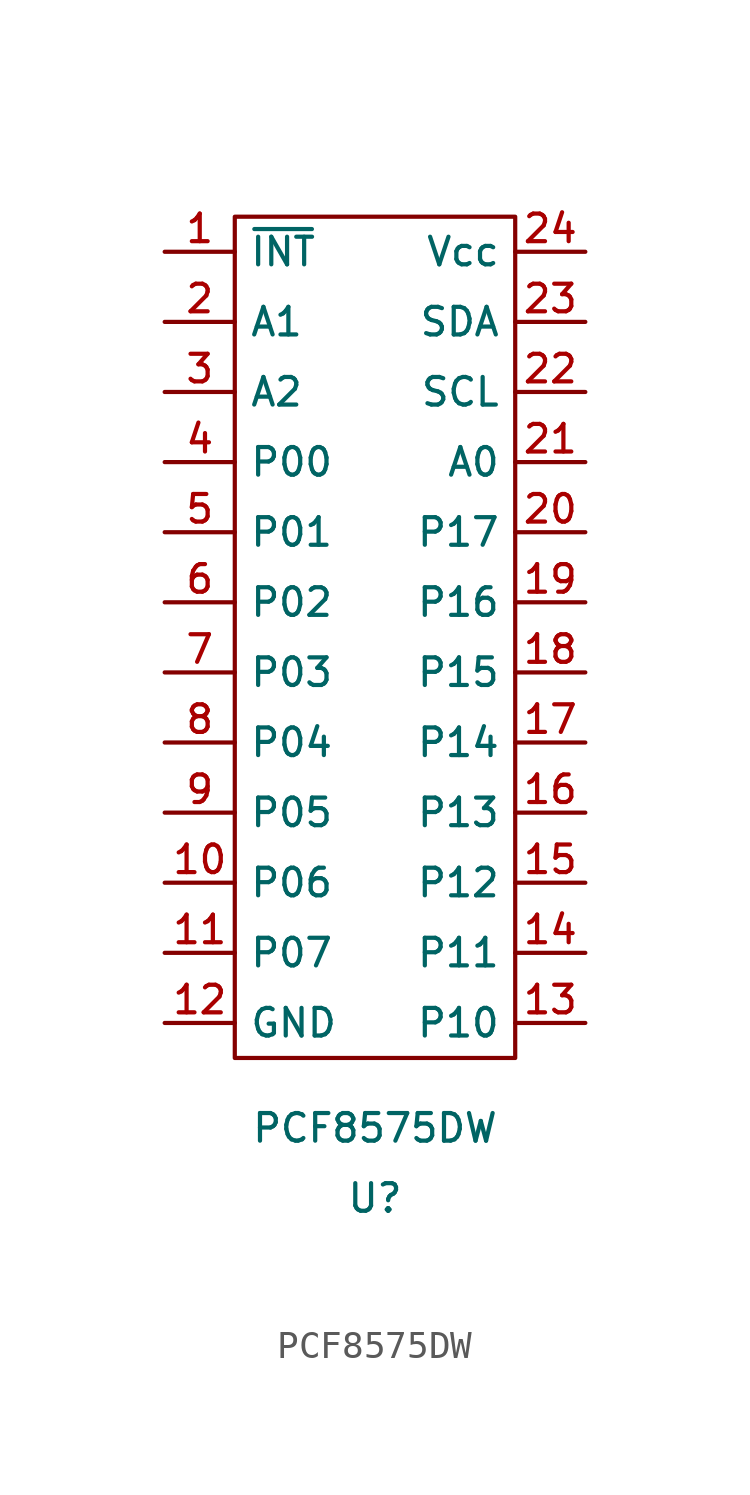
<source format=kicad_sym>
(kicad_symbol_lib
  (version 20211014)
  (generator kicad_symbol_editor)
  (symbol "PCF8575DW"
    (property "Reference" "U"
      (at 0 -20.32 0)
      (effects (font (size 1 1))))
    (property "Value" "PCF8575DW"
      (at 0 -17.78 0)
      (effects (font (size 1 1))))
    (symbol "PCF8575DW_0_1"
      (rectangle (start -5.08 15.24) (end 5.08 -15.24) (stroke (width 0.152) (type default) (color 0 0 0 0)) (fill (type none))))
    (symbol "PCF8575DW_1_1"
      (pin output line (at -7.62 13.97 0) (length 2.54) (name "~{INT}" (effects (font (size 1 1)))) (number "1" (effects (font (size 1 1)))))
      (pin bidirectional line (at -7.62 -8.89 0) (length 2.54) (name "P06" (effects (font (size 1 1)))) (number "10" (effects (font (size 1 1)))))
      (pin bidirectional line (at -7.62 -11.43 0) (length 2.54) (name "P07" (effects (font (size 1 1)))) (number "11" (effects (font (size 1 1)))))
      (pin power_in line (at -7.62 -13.97 0) (length 2.54) (name "GND" (effects (font (size 1 1)))) (number "12" (effects (font (size 1 1)))))
      (pin bidirectional line (at 7.62 -13.97 180) (length 2.54) (name "P10" (effects (font (size 1 1)))) (number "13" (effects (font (size 1 1)))))
      (pin bidirectional line (at 7.62 -11.43 180) (length 2.54) (name "P11" (effects (font (size 1 1)))) (number "14" (effects (font (size 1 1)))))
      (pin bidirectional line (at 7.62 -8.89 180) (length 2.54) (name "P12" (effects (font (size 1 1)))) (number "15" (effects (font (size 1 1)))))
      (pin bidirectional line (at 7.62 -6.35 180) (length 2.54) (name "P13" (effects (font (size 1 1)))) (number "16" (effects (font (size 1 1)))))
      (pin bidirectional line (at 7.62 -3.81 180) (length 2.54) (name "P14" (effects (font (size 1 1)))) (number "17" (effects (font (size 1 1)))))
      (pin bidirectional line (at 7.62 -1.27 180) (length 2.54) (name "P15" (effects (font (size 1 1)))) (number "18" (effects (font (size 1 1)))))
      (pin bidirectional line (at 7.62 1.27 180) (length 2.54) (name "P16" (effects (font (size 1 1)))) (number "19" (effects (font (size 1 1)))))
      (pin input line (at -7.62 11.43 0) (length 2.54) (name "A1" (effects (font (size 1 1)))) (number "2" (effects (font (size 1 1)))))
      (pin bidirectional line (at 7.62 3.81 180) (length 2.54) (name "P17" (effects (font (size 1 1)))) (number "20" (effects (font (size 1 1)))))
      (pin input line (at 7.62 6.35 180) (length 2.54) (name "A0" (effects (font (size 1 1)))) (number "21" (effects (font (size 1 1)))))
      (pin bidirectional line (at 7.62 8.89 180) (length 2.54) (name "SCL" (effects (font (size 1 1)))) (number "22" (effects (font (size 1 1)))))
      (pin bidirectional line (at 7.62 11.43 180) (length 2.54) (name "SDA" (effects (font (size 1 1)))) (number "23" (effects (font (size 1 1)))))
      (pin power_in line (at 7.62 13.97 180) (length 2.54) (name "Vcc" (effects (font (size 1 1)))) (number "24" (effects (font (size 1 1)))))
      (pin input line (at -7.62 8.89 0) (length 2.54) (name "A2" (effects (font (size 1 1)))) (number "3" (effects (font (size 1 1)))))
      (pin bidirectional line (at -7.62 6.35 0) (length 2.54) (name "P00" (effects (font (size 1 1)))) (number "4" (effects (font (size 1 1)))))
      (pin bidirectional line (at -7.62 3.81 0) (length 2.54) (name "P01" (effects (font (size 1 1)))) (number "5" (effects (font (size 1 1)))))
      (pin bidirectional line (at -7.62 1.27 0) (length 2.54) (name "P02" (effects (font (size 1 1)))) (number "6" (effects (font (size 1 1)))))
      (pin bidirectional line (at -7.62 -1.27 0) (length 2.54) (name "P03" (effects (font (size 1 1)))) (number "7" (effects (font (size 1 1)))))
      (pin bidirectional line (at -7.62 -3.81 0) (length 2.54) (name "P04" (effects (font (size 1 1)))) (number "8" (effects (font (size 1 1)))))
      (pin bidirectional line (at -7.62 -6.35 0) (length 2.54) (name "P05" (effects (font (size 1 1)))) (number "9" (effects (font (size 1 1))))))))
</source>
